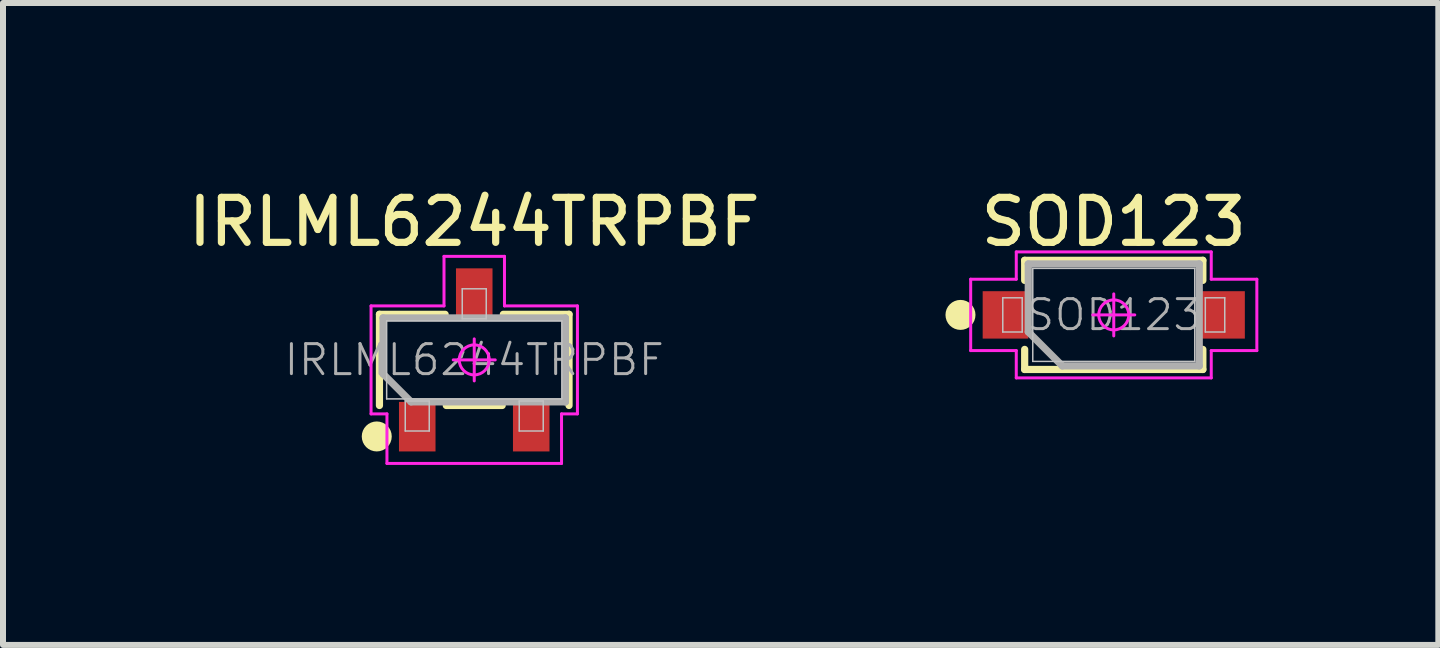
<source format=kicad_pcb>
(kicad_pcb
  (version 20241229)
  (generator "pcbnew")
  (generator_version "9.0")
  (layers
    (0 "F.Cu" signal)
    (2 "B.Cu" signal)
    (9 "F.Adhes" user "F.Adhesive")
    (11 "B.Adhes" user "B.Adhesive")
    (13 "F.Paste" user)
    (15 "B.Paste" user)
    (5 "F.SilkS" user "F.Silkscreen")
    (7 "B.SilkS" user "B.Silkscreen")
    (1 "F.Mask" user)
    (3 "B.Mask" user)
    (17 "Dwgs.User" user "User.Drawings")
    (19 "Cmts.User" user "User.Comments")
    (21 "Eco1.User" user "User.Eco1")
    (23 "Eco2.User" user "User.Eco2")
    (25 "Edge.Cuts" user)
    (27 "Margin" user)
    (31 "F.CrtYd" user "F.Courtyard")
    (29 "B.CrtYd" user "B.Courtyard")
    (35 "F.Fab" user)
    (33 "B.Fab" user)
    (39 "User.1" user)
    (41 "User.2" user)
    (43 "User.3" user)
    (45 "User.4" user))
  (footprint "IRLML6244TRPBF"
    (layer "F.Cu")
    (at 4.855 2.949)
    (property "Reference" "IRLML6244TRPBF" (at 0 -2.3 0) (layer "F.SilkS") (effects (font (size 0.75 0.75) (thickness 0.12))))
    (attr smd)
    (fp_line (start -1.58 -0.76) (end -0.485 -0.76) (stroke (width 0.12) (type solid)) (layer "F.SilkS"))
    (fp_line (start -1.58 0.76) (end -1.58 -0.76) (stroke (width 0.12) (type solid)) (layer "F.SilkS"))
    (fp_line (start 0.466 0.76) (end -0.466 0.76) (stroke (width 0.12) (type solid)) (layer "F.SilkS"))
    (fp_line (start 0.485 -0.76) (end 1.58 -0.76) (stroke (width 0.12) (type solid)) (layer "F.SilkS"))
    (fp_line (start 1.58 -0.76) (end 1.58 0.76) (stroke (width 0.12) (type solid)) (layer "F.SilkS"))
    (fp_circle (center -1.625 1.276) (end -1.625 1.401) (stroke (width 0.25) (type solid)) (fill no) (layer "F.SilkS"))
    (fp_line (start -1.46 -0.65) (end 1.46 -0.65) (stroke (width 0.025) (type solid)) (layer "Dwgs.User"))
    (fp_line (start -1.46 0.65) (end -1.46 -0.65) (stroke (width 0.025) (type solid)) (layer "Dwgs.User"))
    (fp_line (start -1.15 0.685) (end -0.75 0.685) (stroke (width 0.025) (type solid)) (layer "Dwgs.User"))
    (fp_line (start -1.15 1.185) (end -1.15 0.685) (stroke (width 0.025) (type solid)) (layer "Dwgs.User"))
    (fp_line (start -0.75 0.685) (end -0.75 1.185) (stroke (width 0.025) (type solid)) (layer "Dwgs.User"))
    (fp_line (start -0.75 1.185) (end -1.15 1.185) (stroke (width 0.025) (type solid)) (layer "Dwgs.User"))
    (fp_line (start -0.2 -1.185) (end 0.2 -1.185) (stroke (width 0.025) (type solid)) (layer "Dwgs.User"))
    (fp_line (start -0.2 -0.685) (end -0.2 -1.185) (stroke (width 0.025) (type solid)) (layer "Dwgs.User"))
    (fp_line (start 0.2 -1.185) (end 0.2 -0.685) (stroke (width 0.025) (type solid)) (layer "Dwgs.User"))
    (fp_line (start 0.2 -0.685) (end -0.2 -0.685) (stroke (width 0.025) (type solid)) (layer "Dwgs.User"))
    (fp_line (start 0.75 0.685) (end 1.15 0.685) (stroke (width 0.025) (type solid)) (layer "Dwgs.User"))
    (fp_line (start 0.75 1.185) (end 0.75 0.685) (stroke (width 0.025) (type solid)) (layer "Dwgs.User"))
    (fp_line (start 1.15 0.685) (end 1.15 1.185) (stroke (width 0.025) (type solid)) (layer "Dwgs.User"))
    (fp_line (start 1.15 1.185) (end 0.75 1.185) (stroke (width 0.025) (type solid)) (layer "Dwgs.User"))
    (fp_line (start 1.46 -0.65) (end 1.46 0.65) (stroke (width 0.025) (type solid)) (layer "Dwgs.User"))
    (fp_line (start 1.46 0.65) (end -1.46 0.65) (stroke (width 0.025) (type solid)) (layer "Dwgs.User"))
    (fp_line (start -1.72 -0.9) (end -1.72 0.9) (stroke (width 0.05) (type solid)) (layer "F.CrtYd"))
    (fp_line (start -1.72 0.9) (end -1.455 0.9) (stroke (width 0.05) (type solid)) (layer "F.CrtYd"))
    (fp_line (start -1.455 0.9) (end -1.455 1.726) (stroke (width 0.05) (type solid)) (layer "F.CrtYd"))
    (fp_line (start -1.455 1.726) (end 1.455 1.726) (stroke (width 0.05) (type solid)) (layer "F.CrtYd"))
    (fp_line (start -0.504 -1.726) (end -0.504 -0.9) (stroke (width 0.05) (type solid)) (layer "F.CrtYd"))
    (fp_line (start -0.504 -0.9) (end -1.72 -0.9) (stroke (width 0.05) (type solid)) (layer "F.CrtYd"))
    (fp_line (start -0.35 0) (end 0.35 0) (stroke (width 0.05) (type solid)) (layer "F.CrtYd"))
    (fp_line (start 0 -0.35) (end 0 0.35) (stroke (width 0.05) (type solid)) (layer "F.CrtYd"))
    (fp_line (start 0.504 -1.726) (end -0.504 -1.726) (stroke (width 0.05) (type solid)) (layer "F.CrtYd"))
    (fp_line (start 0.504 -0.9) (end 0.504 -1.726) (stroke (width 0.05) (type solid)) (layer "F.CrtYd"))
    (fp_line (start 1.455 0.9) (end 1.72 0.9) (stroke (width 0.05) (type solid)) (layer "F.CrtYd"))
    (fp_line (start 1.455 1.726) (end 1.455 0.9) (stroke (width 0.05) (type solid)) (layer "F.CrtYd"))
    (fp_line (start 1.72 -0.9) (end 0.504 -0.9) (stroke (width 0.05) (type solid)) (layer "F.CrtYd"))
    (fp_line (start 1.72 0.9) (end 1.72 -0.9) (stroke (width 0.05) (type solid)) (layer "F.CrtYd"))
    (fp_circle (center 0 0) (end 0 0.25) (stroke (width 0.05) (type solid)) (fill no) (layer "F.CrtYd"))
    (fp_line (start -1.52 -0.7) (end 1.52 -0.7) (stroke (width 0.12) (type solid)) (layer "F.Fab"))
    (fp_line (start -1.52 0.233) (end -1.52 -0.7) (stroke (width 0.12) (type solid)) (layer "F.Fab"))
    (fp_line (start -1.053 0.7) (end -1.52 0.233) (stroke (width 0.12) (type solid)) (layer "F.Fab"))
    (fp_line (start 1.52 -0.7) (end 1.52 0.7) (stroke (width 0.12) (type solid)) (layer "F.Fab"))
    (fp_line (start 1.52 0.7) (end -1.053 0.7) (stroke (width 0.12) (type solid)) (layer "F.Fab"))
    (fp_text user "${REFERENCE}" (at 0 0 0) (layer "F.Fab") (effects (font (size 0.5 0.5) (thickness 0.05))))
    (pad "1" smd rect (at -0.95 1.113 90) (size 0.826 0.609) (layers "F.Cu" "F.Mask" "F.Paste"))
    (pad "2" smd rect (at 0.95 1.113 90) (size 0.826 0.609) (layers "F.Cu" "F.Mask" "F.Paste"))
    (pad "3" smd rect (at 0 -1.113 90) (size 0.826 0.609) (layers "F.Cu" "F.Mask" "F.Paste")))
  (footprint "SOD123"
    (layer "F.Cu")
    (at 15.515 2.199)
    (property "Reference" "SOD123" (at 0 -1.55 0) (layer "F.SilkS") (effects (font (size 0.75 0.75) (thickness 0.12))))
    (attr smd)
    (fp_line (start -1.485 -0.91) (end -1.485 -0.575) (stroke (width 0.12) (type solid)) (layer "F.SilkS"))
    (fp_line (start -1.485 0.91) (end -1.485 0.575) (stroke (width 0.12) (type solid)) (layer "F.SilkS"))
    (fp_line (start 1.485 -0.91) (end -1.485 -0.91) (stroke (width 0.12) (type solid)) (layer "F.SilkS"))
    (fp_line (start 1.485 -0.575) (end 1.485 -0.91) (stroke (width 0.12) (type solid)) (layer "F.SilkS"))
    (fp_line (start 1.485 0.575) (end 1.485 0.91) (stroke (width 0.12) (type solid)) (layer "F.SilkS"))
    (fp_line (start 1.485 0.91) (end -1.485 0.91) (stroke (width 0.12) (type solid)) (layer "F.SilkS"))
    (fp_circle (center -2.555 0) (end -2.555 0.125) (stroke (width 0.25) (type solid)) (fill no) (layer "F.SilkS"))
    (fp_line (start -1.85 -0.285) (end -1.526 -0.285) (stroke (width 0.025) (type solid)) (layer "Dwgs.User"))
    (fp_line (start -1.85 0.285) (end -1.85 -0.285) (stroke (width 0.025) (type solid)) (layer "Dwgs.User"))
    (fp_line (start -1.526 -0.285) (end -1.526 0.285) (stroke (width 0.025) (type solid)) (layer "Dwgs.User"))
    (fp_line (start -1.526 0.285) (end -1.85 0.285) (stroke (width 0.025) (type solid)) (layer "Dwgs.User"))
    (fp_line (start -1.35 -0.775) (end 1.35 -0.775) (stroke (width 0.025) (type solid)) (layer "Dwgs.User"))
    (fp_line (start -1.35 0.775) (end -1.35 -0.775) (stroke (width 0.025) (type solid)) (layer "Dwgs.User"))
    (fp_line (start 1.35 -0.775) (end 1.35 0.775) (stroke (width 0.025) (type solid)) (layer "Dwgs.User"))
    (fp_line (start 1.35 0.775) (end -1.35 0.775) (stroke (width 0.025) (type solid)) (layer "Dwgs.User"))
    (fp_line (start 1.526 -0.285) (end 1.85 -0.285) (stroke (width 0.025) (type solid)) (layer "Dwgs.User"))
    (fp_line (start 1.526 0.285) (end 1.526 -0.285) (stroke (width 0.025) (type solid)) (layer "Dwgs.User"))
    (fp_line (start 1.85 -0.285) (end 1.85 0.285) (stroke (width 0.025) (type solid)) (layer "Dwgs.User"))
    (fp_line (start 1.85 0.285) (end 1.526 0.285) (stroke (width 0.025) (type solid)) (layer "Dwgs.User"))
    (fp_line (start -2.385 -0.595) (end -2.385 0.595) (stroke (width 0.05) (type solid)) (layer "F.CrtYd"))
    (fp_line (start -2.385 0.595) (end -1.625 0.595) (stroke (width 0.05) (type solid)) (layer "F.CrtYd"))
    (fp_line (start -1.625 -1.05) (end -1.625 -0.595) (stroke (width 0.05) (type solid)) (layer "F.CrtYd"))
    (fp_line (start -1.625 -0.595) (end -2.385 -0.595) (stroke (width 0.05) (type solid)) (layer "F.CrtYd"))
    (fp_line (start -1.625 0.595) (end -1.625 1.05) (stroke (width 0.05) (type solid)) (layer "F.CrtYd"))
    (fp_line (start -1.625 1.05) (end 1.625 1.05) (stroke (width 0.05) (type solid)) (layer "F.CrtYd"))
    (fp_line (start 0 -0.35) (end 0 0.35) (stroke (width 0.05) (type solid)) (layer "F.CrtYd"))
    (fp_line (start 0.35 0) (end -0.35 0) (stroke (width 0.05) (type solid)) (layer "F.CrtYd"))
    (fp_line (start 1.625 -1.05) (end -1.625 -1.05) (stroke (width 0.05) (type solid)) (layer "F.CrtYd"))
    (fp_line (start 1.625 -0.595) (end 1.625 -1.05) (stroke (width 0.05) (type solid)) (layer "F.CrtYd"))
    (fp_line (start 1.625 0.595) (end 2.385 0.595) (stroke (width 0.05) (type solid)) (layer "F.CrtYd"))
    (fp_line (start 1.625 1.05) (end 1.625 0.595) (stroke (width 0.05) (type solid)) (layer "F.CrtYd"))
    (fp_line (start 2.385 -0.595) (end 1.625 -0.595) (stroke (width 0.05) (type solid)) (layer "F.CrtYd"))
    (fp_line (start 2.385 0.595) (end 2.385 -0.595) (stroke (width 0.05) (type solid)) (layer "F.CrtYd"))
    (fp_circle (center 0 0) (end 0 0.25) (stroke (width 0.05) (type solid)) (fill no) (layer "F.CrtYd"))
    (fp_line (start -1.425 -0.85) (end -1.425 0.283) (stroke (width 0.12) (type solid)) (layer "F.Fab"))
    (fp_line (start -1.425 0.283) (end -0.858 0.85) (stroke (width 0.12) (type solid)) (layer "F.Fab"))
    (fp_line (start -0.858 0.85) (end 1.425 0.85) (stroke (width 0.12) (type solid)) (layer "F.Fab"))
    (fp_line (start 1.425 -0.85) (end -1.425 -0.85) (stroke (width 0.12) (type solid)) (layer "F.Fab"))
    (fp_line (start 1.425 0.85) (end 1.425 -0.85) (stroke (width 0.12) (type solid)) (layer "F.Fab"))
    (fp_text user "${REFERENCE}" (at 0 0 0) (layer "F.Fab") (effects (font (size 0.5 0.5) (thickness 0.05))))
    (pad "A" smd rect (at 1.805 0) (size 0.76 0.79) (layers "F.Cu" "F.Mask" "F.Paste"))
    (pad "C" smd rect (at -1.805 0) (size 0.76 0.79) (layers "F.Cu" "F.Mask" "F.Paste")))
  (gr_rect
    (start -3 -3)
    (end 20.925 7.7)
    (stroke (width 0.1) (type default))
    (fill no)
    (layer "Edge.Cuts")))
</source>
